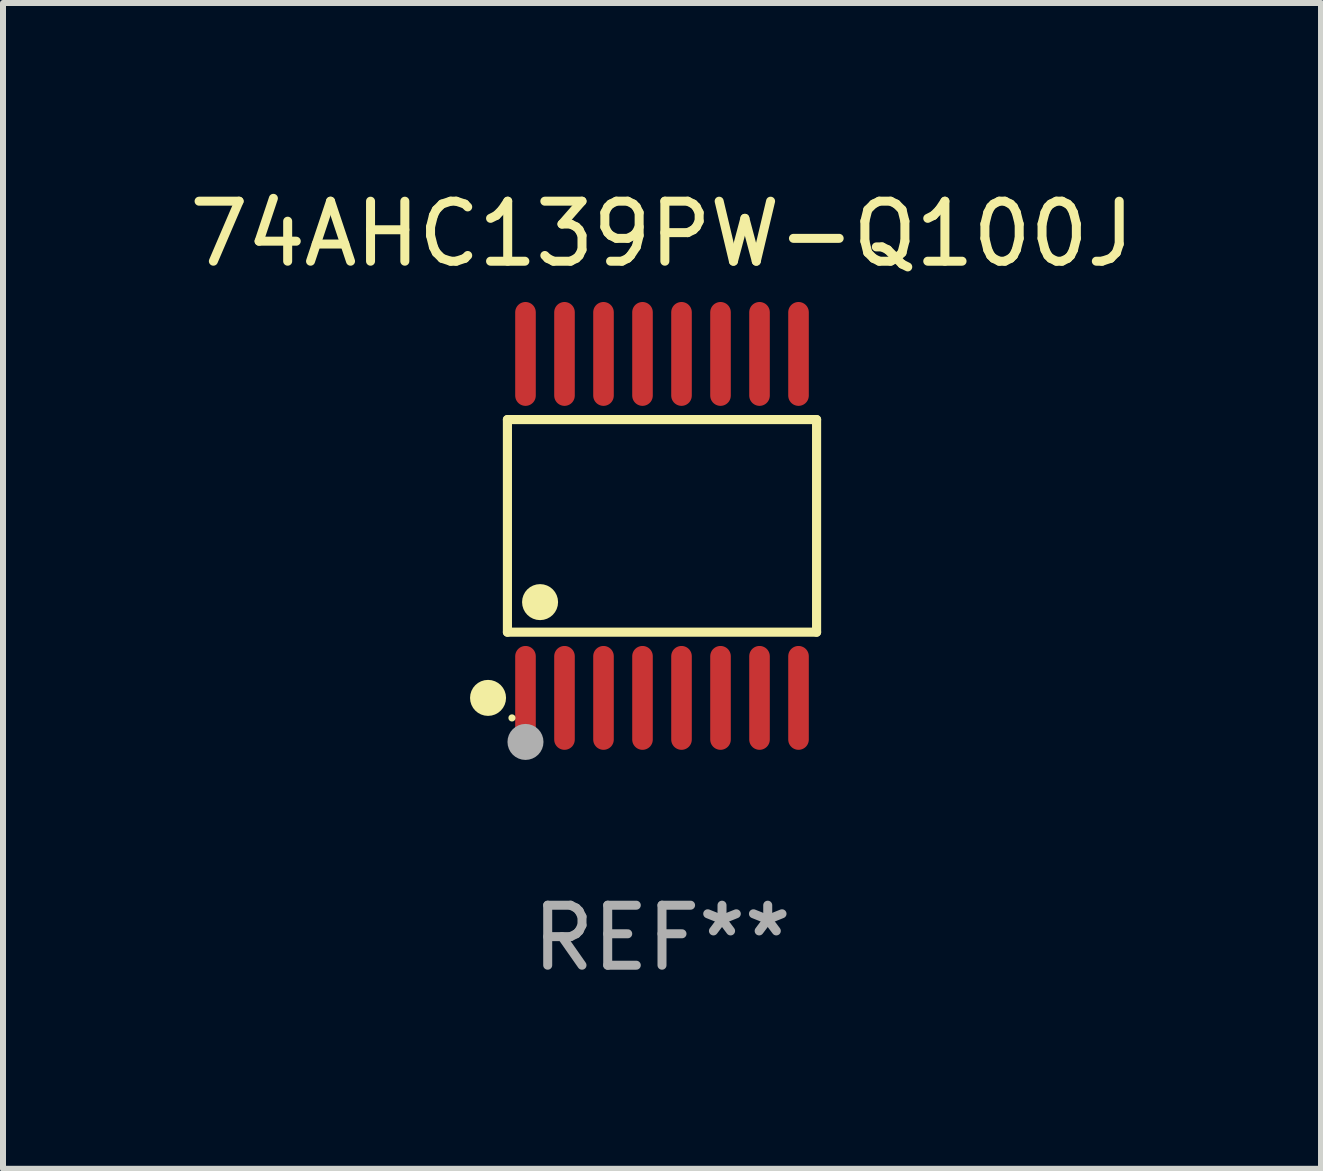
<source format=kicad_pcb>
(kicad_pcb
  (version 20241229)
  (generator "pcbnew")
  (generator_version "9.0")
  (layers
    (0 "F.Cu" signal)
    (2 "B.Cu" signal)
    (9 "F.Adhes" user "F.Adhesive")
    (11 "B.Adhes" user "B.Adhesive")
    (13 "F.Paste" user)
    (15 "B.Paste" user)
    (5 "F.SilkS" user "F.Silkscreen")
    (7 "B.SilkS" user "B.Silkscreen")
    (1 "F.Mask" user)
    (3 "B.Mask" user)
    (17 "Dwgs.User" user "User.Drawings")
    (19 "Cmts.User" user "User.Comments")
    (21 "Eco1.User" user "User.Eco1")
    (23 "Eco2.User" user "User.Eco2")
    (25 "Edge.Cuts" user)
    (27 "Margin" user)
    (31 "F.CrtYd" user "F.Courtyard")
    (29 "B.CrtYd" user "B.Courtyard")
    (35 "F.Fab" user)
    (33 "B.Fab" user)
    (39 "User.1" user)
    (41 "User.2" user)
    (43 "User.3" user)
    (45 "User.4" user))
  (footprint "74AHC139PW-Q100J"
    (layer "F.Cu")
    (at 7.982 5.714)
    (property "Reference" "74AHC139PW-Q100J" (at 0 -4.866 0) (layer "F.SilkS") (effects (font (size 1 1) (thickness 0.15))))
    (attr through_hole)
    (fp_line (start -2.576 -1.772) (end 2.576 -1.772) (stroke (width 0.152) (type solid)) (layer "F.SilkS"))
    (fp_line (start -2.576 1.771) (end -2.576 -1.772) (stroke (width 0.152) (type solid)) (layer "F.SilkS"))
    (fp_line (start 2.576 -1.772) (end 2.576 1.771) (stroke (width 0.152) (type solid)) (layer "F.SilkS"))
    (fp_line (start 2.576 1.771) (end -2.576 1.771) (stroke (width 0.152) (type solid)) (layer "F.SilkS"))
    (fp_circle (center -2.899 2.866) (end -2.749 2.866) (stroke (width 0.3) (type solid)) (fill no) (layer "F.SilkS"))
    (fp_circle (center -2.5 3.2) (end -2.47 3.2) (stroke (width 0.06) (type solid)) (fill no) (layer "F.SilkS"))
    (fp_circle (center -2.032 1.27) (end -1.882 1.27) (stroke (width 0.3) (type solid)) (fill no) (layer "F.SilkS"))
    (fp_circle (center -2.275 3.6) (end -2.125 3.6) (stroke (width 0.3) (type solid)) (fill no) (layer "F.Fab"))
    (fp_text user "REF**" (at 0 6.866 0) (layer "F.Fab") (effects (font (size 1 1) (thickness 0.15))))
    (pad "1" smd oval (at -2.275 2.866) (size 0.343 1.731) (layers "F.Cu" "F.Mask" "F.Paste"))
    (pad "2" smd oval (at -1.625 2.866) (size 0.343 1.731) (layers "F.Cu" "F.Mask" "F.Paste"))
    (pad "3" smd oval (at -0.975 2.866) (size 0.343 1.731) (layers "F.Cu" "F.Mask" "F.Paste"))
    (pad "4" smd oval (at -0.325 2.866) (size 0.343 1.731) (layers "F.Cu" "F.Mask" "F.Paste"))
    (pad "5" smd oval (at 0.325 2.866) (size 0.343 1.731) (layers "F.Cu" "F.Mask" "F.Paste"))
    (pad "6" smd oval (at 0.975 2.866) (size 0.343 1.731) (layers "F.Cu" "F.Mask" "F.Paste"))
    (pad "7" smd oval (at 1.625 2.866) (size 0.343 1.731) (layers "F.Cu" "F.Mask" "F.Paste"))
    (pad "8" smd oval (at 2.275 2.866) (size 0.343 1.731) (layers "F.Cu" "F.Mask" "F.Paste"))
    (pad "9" smd oval (at 2.275 -2.866) (size 0.343 1.731) (layers "F.Cu" "F.Mask" "F.Paste"))
    (pad "10" smd oval (at 1.625 -2.866) (size 0.343 1.731) (layers "F.Cu" "F.Mask" "F.Paste"))
    (pad "11" smd oval (at 0.975 -2.866) (size 0.343 1.731) (layers "F.Cu" "F.Mask" "F.Paste"))
    (pad "12" smd oval (at 0.325 -2.866) (size 0.343 1.731) (layers "F.Cu" "F.Mask" "F.Paste"))
    (pad "13" smd oval (at -0.325 -2.866) (size 0.343 1.731) (layers "F.Cu" "F.Mask" "F.Paste"))
    (pad "14" smd oval (at -0.975 -2.866) (size 0.343 1.731) (layers "F.Cu" "F.Mask" "F.Paste"))
    (pad "15" smd oval (at -1.625 -2.866) (size 0.343 1.731) (layers "F.Cu" "F.Mask" "F.Paste"))
    (pad "16" smd oval (at -2.275 -2.866) (size 0.343 1.731) (layers "F.Cu" "F.Mask" "F.Paste")))
  (gr_rect
    (start -3 -3)
    (end 18.964 16.428)
    (stroke (width 0.1) (type default))
    (fill no)
    (layer "Edge.Cuts")))
</source>
